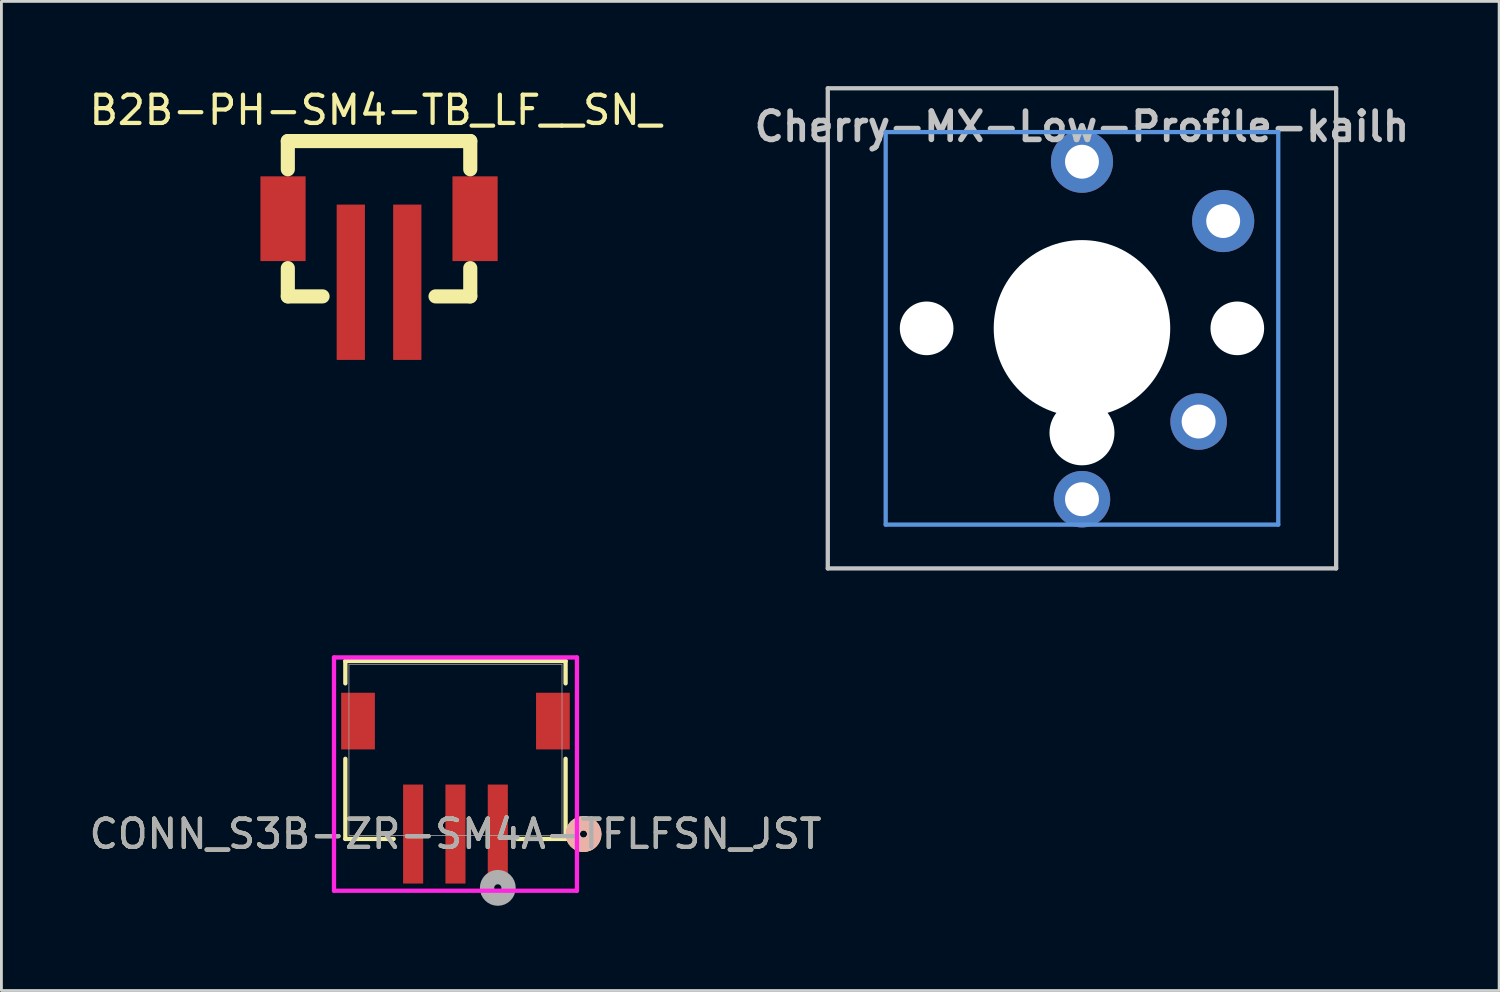
<source format=kicad_pcb>
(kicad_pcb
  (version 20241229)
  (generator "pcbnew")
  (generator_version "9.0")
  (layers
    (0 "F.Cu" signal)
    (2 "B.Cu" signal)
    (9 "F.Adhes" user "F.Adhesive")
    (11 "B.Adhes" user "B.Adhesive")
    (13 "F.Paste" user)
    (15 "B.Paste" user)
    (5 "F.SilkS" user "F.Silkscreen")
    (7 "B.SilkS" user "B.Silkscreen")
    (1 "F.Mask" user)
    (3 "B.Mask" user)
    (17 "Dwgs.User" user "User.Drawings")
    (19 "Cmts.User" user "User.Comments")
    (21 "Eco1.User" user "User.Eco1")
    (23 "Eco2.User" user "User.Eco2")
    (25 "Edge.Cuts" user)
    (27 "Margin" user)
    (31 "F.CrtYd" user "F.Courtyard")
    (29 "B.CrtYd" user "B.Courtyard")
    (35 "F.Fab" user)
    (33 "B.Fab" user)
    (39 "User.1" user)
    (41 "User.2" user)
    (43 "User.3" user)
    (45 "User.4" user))
  (footprint "B2B-PH-SM4-TB_LF__SN_"
    (layer "F.Cu")
    (at 10.371 6.944)
    (property "Reference" "B2B-PH-SM4-TB_LF__SN_" (at -0.127 -6.096 0) (layer "F.SilkS") (effects (font (size 1 1) (thickness 0.15))))
    (attr smd)
    (fp_line (start -3.23 -5) (end 3.23 -5) (stroke (width 0.5) (type solid)) (layer "F.SilkS"))
    (fp_line (start -3.23 -4) (end -3.23 -5) (stroke (width 0.5) (type solid)) (layer "F.SilkS"))
    (fp_line (start -3.23 -0.5) (end -3.23 0.5) (stroke (width 0.5) (type solid)) (layer "F.SilkS"))
    (fp_line (start -3.23 0.5) (end -2 0.5) (stroke (width 0.5) (type solid)) (layer "F.SilkS"))
    (fp_line (start 2 0.5) (end 3.23 0.5) (stroke (width 0.5) (type solid)) (layer "F.SilkS"))
    (fp_line (start 3.23 -5) (end 3.23 -4) (stroke (width 0.5) (type solid)) (layer "F.SilkS"))
    (fp_line (start 3.23 0.5) (end 3.23 -0.5) (stroke (width 0.5) (type solid)) (layer "F.SilkS"))
    (pad "1" smd rect (at -1 0 90) (size 5.5 1) (layers "F.Cu" "F.Mask" "F.Paste"))
    (pad "2" smd rect (at 1 0 90) (size 5.5 1) (layers "F.Cu" "F.Mask" "F.Paste"))
    (pad "3" smd rect (at 3.4 -2.25 180) (size 1.6 3) (layers "F.Cu" "F.Mask" "F.Paste"))
    (pad "4" smd rect (at -3.4 -2.25 180) (size 1.6 3) (layers "F.Cu" "F.Mask" "F.Paste")))
  (footprint "CONN_S3B-ZR-SM4A-TFLFSN_JST"
    (layer "F.Cu")
    (at 13.077 23.505)
    (property "Reference" "CONN_S3B-ZR-SM4A-TFLFSN_JST" (at 0 2.977 0) (unlocked yes) (layer "F.SilkS") (effects (font (size 1 1) (thickness 0.15))))
    (attr smd)
    (fp_line (start -3.899 -3.15) (end -3.899 -2.359) (stroke (width 0.152) (type solid)) (layer "F.SilkS"))
    (fp_line (start -3.899 0.313) (end -3.899 3.15) (stroke (width 0.152) (type solid)) (layer "F.SilkS"))
    (fp_line (start -3.899 3.15) (end -2.187 3.15) (stroke (width 0.152) (type solid)) (layer "F.SilkS"))
    (fp_line (start 2.187 3.15) (end 3.899 3.15) (stroke (width 0.152) (type solid)) (layer "F.SilkS"))
    (fp_line (start 3.899 -3.15) (end -3.899 -3.15) (stroke (width 0.152) (type solid)) (layer "F.SilkS"))
    (fp_line (start 3.899 -2.359) (end 3.899 -3.15) (stroke (width 0.152) (type solid)) (layer "F.SilkS"))
    (fp_line (start 3.899 3.15) (end 3.899 0.313) (stroke (width 0.152) (type solid)) (layer "F.SilkS"))
    (fp_circle (center 4.534 2.977) (end 4.915 2.977) (stroke (width 0.508) (type solid)) (fill no) (layer "F.SilkS"))
    (fp_circle (center 4.534 2.977) (end 4.915 2.977) (stroke (width 0.508) (type solid)) (fill no) (layer "B.SilkS"))
    (fp_line (start -4.301 -3.277) (end -4.301 4.984) (stroke (width 0.152) (type solid)) (layer "F.CrtYd"))
    (fp_line (start -4.301 4.984) (end 4.301 4.984) (stroke (width 0.152) (type solid)) (layer "F.CrtYd"))
    (fp_line (start 4.301 -3.277) (end -4.301 -3.277) (stroke (width 0.152) (type solid)) (layer "F.CrtYd"))
    (fp_line (start 4.301 4.984) (end 4.301 -3.277) (stroke (width 0.152) (type solid)) (layer "F.CrtYd"))
    (fp_line (start -3.772 -3.023) (end -3.772 3.023) (stroke (width 0.025) (type solid)) (layer "F.Fab"))
    (fp_line (start -3.772 3.023) (end 3.772 3.023) (stroke (width 0.025) (type solid)) (layer "F.Fab"))
    (fp_line (start 3.772 -3.023) (end -3.772 -3.023) (stroke (width 0.025) (type solid)) (layer "F.Fab"))
    (fp_line (start 3.772 3.023) (end 3.772 -3.023) (stroke (width 0.025) (type solid)) (layer "F.Fab"))
    (fp_circle (center 1.499 4.882) (end 1.88 4.882) (stroke (width 0.508) (type solid)) (fill no) (layer "F.Fab"))
    (fp_text user "${REFERENCE}" (at 0 2.977 0) (unlocked yes) (layer "F.Fab") (effects (font (size 1 1) (thickness 0.15))))
    (pad "1" smd rect (at 1.499 2.977) (size 0.711 3.505) (layers "F.Cu" "F.Mask" "F.Paste"))
    (pad "2" smd rect (at 0 2.977) (size 0.711 3.505) (layers "F.Cu" "F.Mask" "F.Paste"))
    (pad "3" smd rect (at -1.499 2.977) (size 0.711 3.505) (layers "F.Cu" "F.Mask" "F.Paste"))
    (pad "4" smd rect (at -3.45 -1.023) (size 1.194 2.007) (layers "F.Cu" "F.Mask" "F.Paste"))
    (pad "5" smd rect (at 3.45 -1.023) (size 1.194 2.007) (layers "F.Cu" "F.Mask" "F.Paste")))
  (footprint "Cherry-MX-Low-Profile-kailh"
    (layer "F.Cu")
    (at 35.26 8.576)
    (property "Reference" "Cherry-MX-Low-Profile-kailh" (at 0 -7.144 180) (layer "Dwgs.User") (effects (font (size 1 1) (thickness 0.2))))
    (attr through_hole)
    (fp_line (start -9 -8.5) (end 9 -8.5) (stroke (width 0.152) (type solid)) (layer "Dwgs.User"))
    (fp_line (start -9 8.5) (end -9 -8.5) (stroke (width 0.152) (type solid)) (layer "Dwgs.User"))
    (fp_line (start 9 -8.5) (end 9 8.5) (stroke (width 0.152) (type solid)) (layer "Dwgs.User"))
    (fp_line (start 9 8.5) (end -9 8.5) (stroke (width 0.152) (type solid)) (layer "Dwgs.User"))
    (fp_line (start -6.95 -6.95) (end 6.95 -6.95) (stroke (width 0.152) (type solid)) (layer "Cmts.User"))
    (fp_line (start -6.95 6.95) (end -6.95 -6.95) (stroke (width 0.152) (type solid)) (layer "Cmts.User"))
    (fp_line (start 6.95 -6.95) (end 6.95 6.95) (stroke (width 0.152) (type solid)) (layer "Cmts.User"))
    (fp_line (start 6.95 6.95) (end -6.95 6.95) (stroke (width 0.152) (type solid)) (layer "Cmts.User"))
    (fp_line (start -7.5 -7.5) (end 7.5 -7.5) (stroke (width 0.152) (type solid)) (layer "Eco2.User"))
    (fp_line (start -7.5 7.5) (end -7.5 -7.5) (stroke (width 0.152) (type solid)) (layer "Eco2.User"))
    (fp_line (start 7.5 -7.5) (end 7.5 7.5) (stroke (width 0.152) (type solid)) (layer "Eco2.User"))
    (fp_line (start 7.5 7.5) (end -7.5 7.5) (stroke (width 0.152) (type solid)) (layer "Eco2.User"))
    (pad "" np_thru_hole circle (at -5.5 0) (size 1.9 1.9) (drill 1.9) (layers "*.Cu" "*.Mask"))
    (pad "" np_thru_hole circle (at 0 0 180) (size 6.25 6.25) (drill 6.25) (layers "*.Cu" "*.Mask"))
    (pad "" np_thru_hole circle (at 0 3.7 180) (size 2.3 2.3) (drill 2.3) (layers "*.Cu" "*.Mask"))
    (pad "" np_thru_hole circle (at 5.5 0) (size 1.9 1.9) (drill 1.9) (layers "*.Cu" "*.Mask"))
    (pad "1" thru_hole circle (at 0 -5.9) (size 2.2 2.2) (drill 1.2) (layers "*.Cu" "*.Mask"))
    (pad "1" thru_hole circle (at 0 6.05 180) (size 2 2) (drill 1.2) (layers "*.Cu" "*.Mask"))
    (pad "2" thru_hole circle (at 4.13 3.3 41.9) (size 2 2) (drill 1.2) (layers "*.Cu" "*.Mask"))
    (pad "2" thru_hole circle (at 5 -3.8) (size 2.2 2.2) (drill 1.2) (layers "*.Cu" "*.Mask")))
  (gr_rect
    (start -3 -3)
    (end 50.031 32.023)
    (stroke (width 0.1) (type default))
    (fill no)
    (layer "Edge.Cuts")))
</source>
